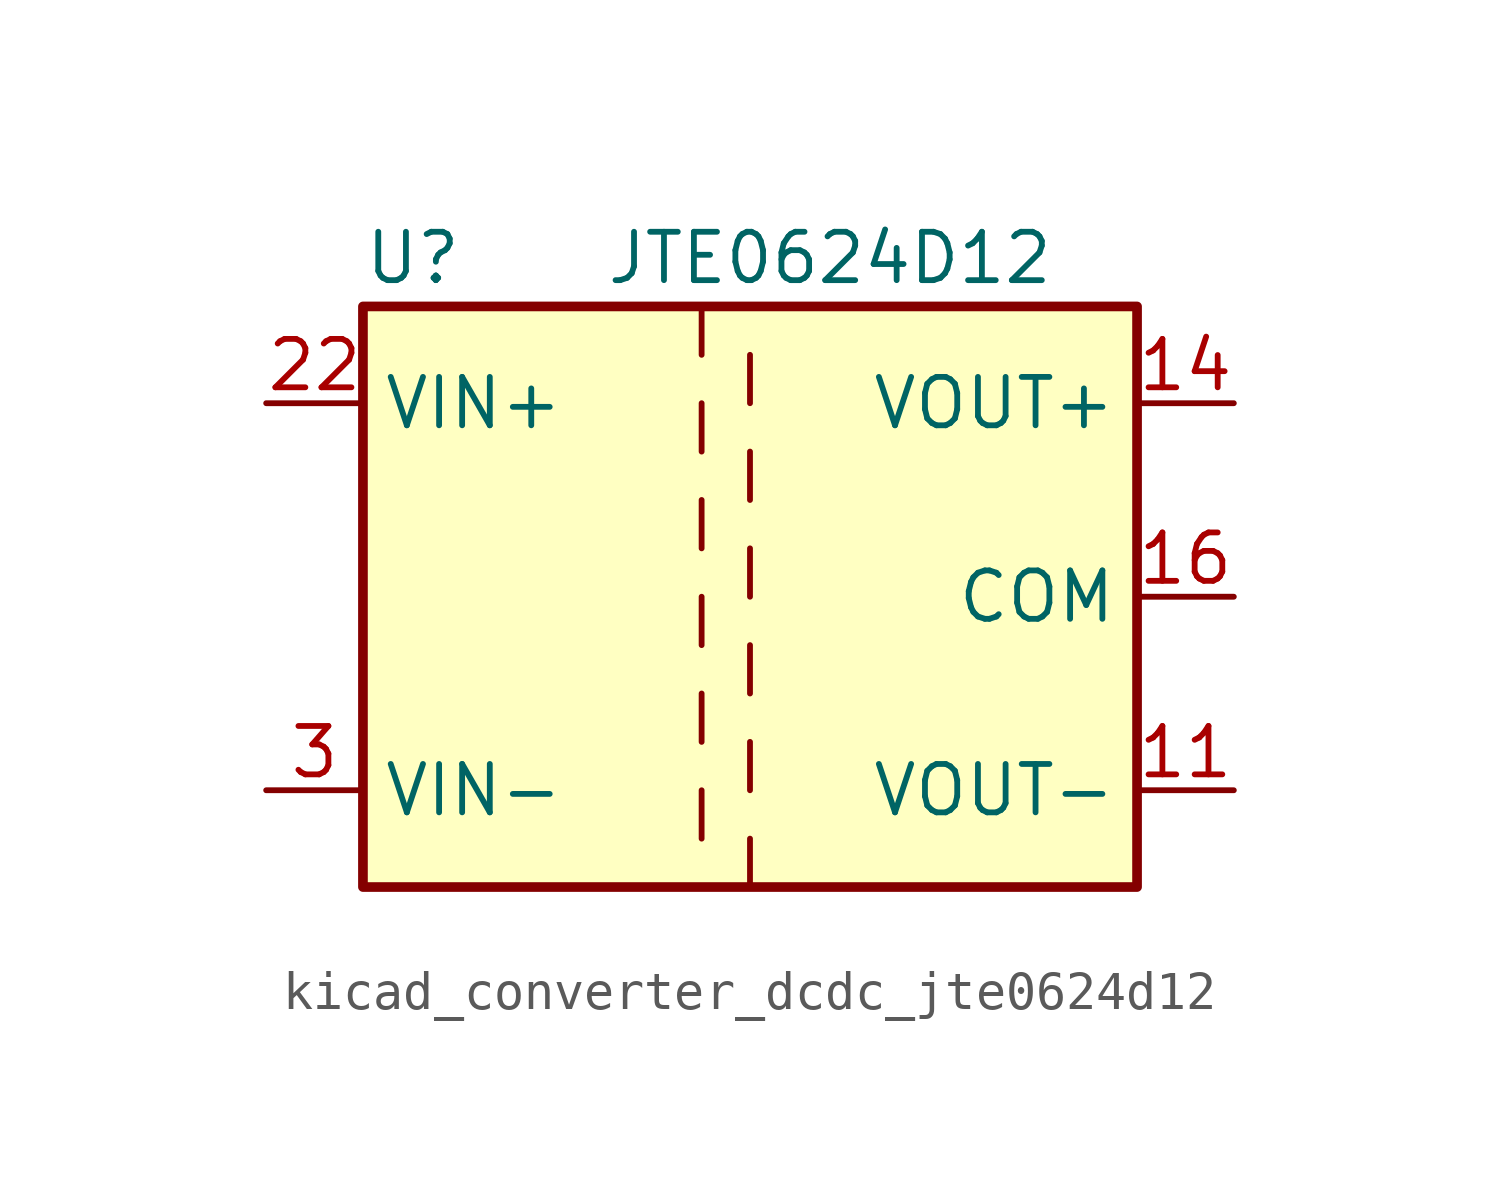
<source format=kicad_sym>
(kicad_symbol_lib
  (version 20220914)
  (generator kicad_symbol_editor)
  (symbol "kicad_converter_dcdc_jte0624d12"
    (property "Reference" "U"
      (at -10.16 8.89 0)
      (effects (font (size 1.27 1.27)) (justify left)))
    (property "Value" "JTE0624D12"
      (at -3.81 8.89 0)
      (effects (font (size 1.27 1.27)) (justify left)))
    (symbol "kicad_converter_dcdc_jte0624d12_0_1"
      (rectangle (start -10.16 7.62) (end 10.16 -7.62) (stroke (width 0.254) (type default)) (fill (type background)))
      (polyline (pts (xy -1.27 -5.08) (xy -1.27 -6.35)) (stroke (width 0) (type default)) (fill (type none)))
      (polyline (pts (xy -1.27 -2.54) (xy -1.27 -3.81)) (stroke (width 0) (type default)) (fill (type none)))
      (polyline (pts (xy -1.27 0) (xy -1.27 -1.27)) (stroke (width 0) (type default)) (fill (type none)))
      (polyline (pts (xy -1.27 2.54) (xy -1.27 1.27)) (stroke (width 0) (type default)) (fill (type none)))
      (polyline (pts (xy -1.27 5.08) (xy -1.27 3.81)) (stroke (width 0) (type default)) (fill (type none)))
      (polyline (pts (xy -1.27 7.62) (xy -1.27 6.35)) (stroke (width 0) (type default)) (fill (type none)))
      (polyline (pts (xy 0 -7.62) (xy 0 -6.35)) (stroke (width 0) (type default)) (fill (type none)))
      (polyline (pts (xy 0 -5.08) (xy 0 -3.81)) (stroke (width 0) (type default)) (fill (type none)))
      (polyline (pts (xy 0 -1.27) (xy 0 -2.54)) (stroke (width 0) (type default)) (fill (type none)))
      (polyline (pts (xy 0 0) (xy 0 1.27)) (stroke (width 0) (type default)) (fill (type none)))
      (polyline (pts (xy 0 2.54) (xy 0 3.81)) (stroke (width 0) (type default)) (fill (type none)))
      (polyline (pts (xy 0 5.08) (xy 0 6.35)) (stroke (width 0) (type default)) (fill (type none))))
    (symbol "kicad_converter_dcdc_jte0624d12_1_1"
      (pin power_out line (at 12.7 -5.08 180) (length 2.54) (name "VOUT-" (effects (font (size 1.27 1.27)))) (number "11" (effects (font (size 1.27 1.27)))))
      (pin power_out line (at 12.7 5.08 180) (length 2.54) (name "VOUT+" (effects (font (size 1.27 1.27)))) (number "14" (effects (font (size 1.27 1.27)))))
      (pin power_out line (at 12.7 0 180) (length 2.54) (name "COM" (effects (font (size 1.27 1.27)))) (number "16" (effects (font (size 1.27 1.27)))))
      (pin passive line (at -12.7 -5.08 0) (length 2.54) hide (name "VIN-" (effects (font (size 1.27 1.27)))) (number "2" (effects (font (size 1.27 1.27)))))
      (pin power_in line (at -12.7 5.08 0) (length 2.54) (name "VIN+" (effects (font (size 1.27 1.27)))) (number "22" (effects (font (size 1.27 1.27)))))
      (pin passive line (at -12.7 5.08 0) (length 2.54) hide (name "VIN+" (effects (font (size 1.27 1.27)))) (number "23" (effects (font (size 1.27 1.27)))))
      (pin power_in line (at -12.7 -5.08 0) (length 2.54) (name "VIN-" (effects (font (size 1.27 1.27)))) (number "3" (effects (font (size 1.27 1.27)))))
      (pin passive line (at 12.7 0 180) (length 2.54) hide (name "COM" (effects (font (size 1.27 1.27)))) (number "9" (effects (font (size 1.27 1.27))))))))
</source>
